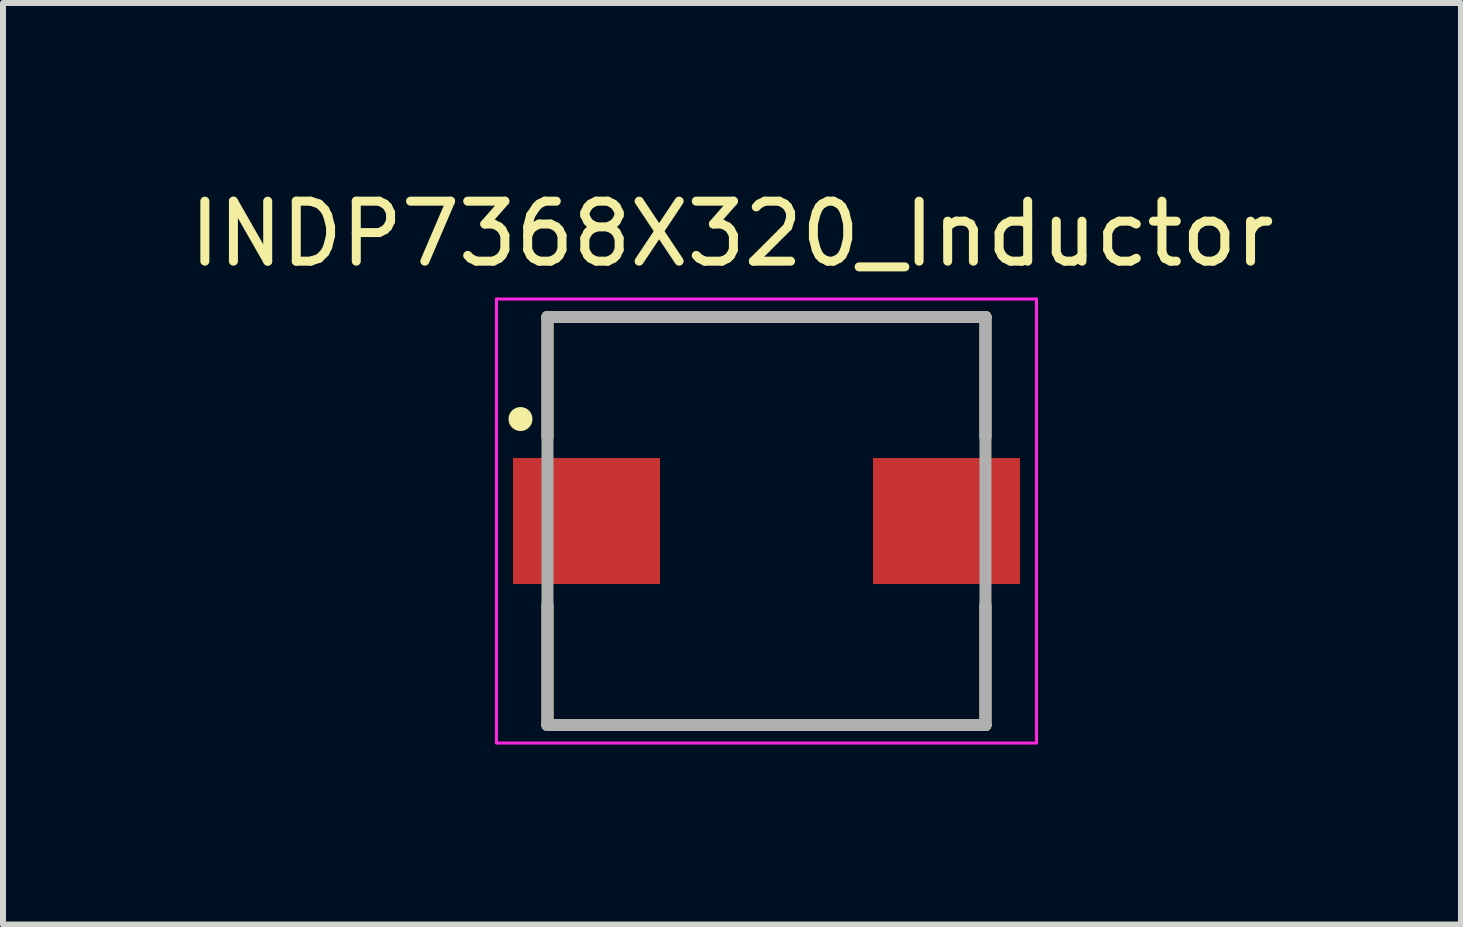
<source format=kicad_pcb>
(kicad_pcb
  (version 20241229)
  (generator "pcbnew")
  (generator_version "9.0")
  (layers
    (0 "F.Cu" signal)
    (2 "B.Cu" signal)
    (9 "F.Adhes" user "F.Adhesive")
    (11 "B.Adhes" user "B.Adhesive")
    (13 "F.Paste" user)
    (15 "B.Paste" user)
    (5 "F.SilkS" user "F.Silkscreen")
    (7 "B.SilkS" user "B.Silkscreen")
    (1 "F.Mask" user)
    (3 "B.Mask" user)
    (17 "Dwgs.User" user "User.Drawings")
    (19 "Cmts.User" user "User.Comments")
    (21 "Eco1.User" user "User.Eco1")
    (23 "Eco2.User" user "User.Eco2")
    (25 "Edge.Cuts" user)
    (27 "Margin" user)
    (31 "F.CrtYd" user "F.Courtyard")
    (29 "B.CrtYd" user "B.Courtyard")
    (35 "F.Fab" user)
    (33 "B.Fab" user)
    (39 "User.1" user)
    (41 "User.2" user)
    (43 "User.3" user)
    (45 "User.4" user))
  (footprint "INDP7368X320_Inductor"
    (layer "F.Cu")
    (at 9.725 5.634)
    (property "Reference" "INDP7368X320_Inductor" (at -0.575 -4.786 0) (layer "F.SilkS") (effects (font (size 1 1) (thickness 0.15))))
    (attr smd)
    (fp_line (start -3.65 -3.4) (end 3.65 -3.4) (stroke (width 0.2) (type solid)) (layer "F.SilkS"))
    (fp_line (start -3.65 -1.4) (end -3.65 -3.4) (stroke (width 0.2) (type solid)) (layer "F.SilkS"))
    (fp_line (start -3.65 1.4) (end -3.65 3.4) (stroke (width 0.2) (type solid)) (layer "F.SilkS"))
    (fp_line (start -3.65 3.4) (end 3.65 3.4) (stroke (width 0.2) (type solid)) (layer "F.SilkS"))
    (fp_line (start 3.65 -3.4) (end 3.65 -1.4) (stroke (width 0.2) (type solid)) (layer "F.SilkS"))
    (fp_line (start 3.65 3.4) (end 3.65 1.4) (stroke (width 0.2) (type solid)) (layer "F.SilkS"))
    (fp_circle (center -4.1 -1.7) (end -4 -1.7) (stroke (width 0.2) (type solid)) (fill no) (layer "F.SilkS"))
    (fp_line (start -4.5 -3.7) (end 4.5 -3.7) (stroke (width 0.05) (type solid)) (layer "F.CrtYd"))
    (fp_line (start -4.5 3.7) (end -4.5 -3.7) (stroke (width 0.05) (type solid)) (layer "F.CrtYd"))
    (fp_line (start 4.5 -3.7) (end 4.5 3.7) (stroke (width 0.05) (type solid)) (layer "F.CrtYd"))
    (fp_line (start 4.5 3.7) (end -4.5 3.7) (stroke (width 0.05) (type solid)) (layer "F.CrtYd"))
    (fp_line (start -3.65 -3.4) (end 3.65 -3.4) (stroke (width 0.2) (type solid)) (layer "F.Fab"))
    (fp_line (start -3.65 3.4) (end -3.65 -3.4) (stroke (width 0.2) (type solid)) (layer "F.Fab"))
    (fp_line (start 3.65 -3.4) (end 3.65 3.4) (stroke (width 0.2) (type solid)) (layer "F.Fab"))
    (fp_line (start 3.65 3.4) (end -3.65 3.4) (stroke (width 0.2) (type solid)) (layer "F.Fab"))
    (pad "1" smd rect (at -3 0) (size 2.45 2.1) (layers "F.Cu" "F.Mask" "F.Paste"))
    (pad "2" smd rect (at 3 0) (size 2.45 2.1) (layers "F.Cu" "F.Mask" "F.Paste")))
  (gr_rect
    (start -3 -3)
    (end 21.3 12.359)
    (stroke (width 0.1) (type default))
    (fill no)
    (layer "Edge.Cuts")))
</source>
